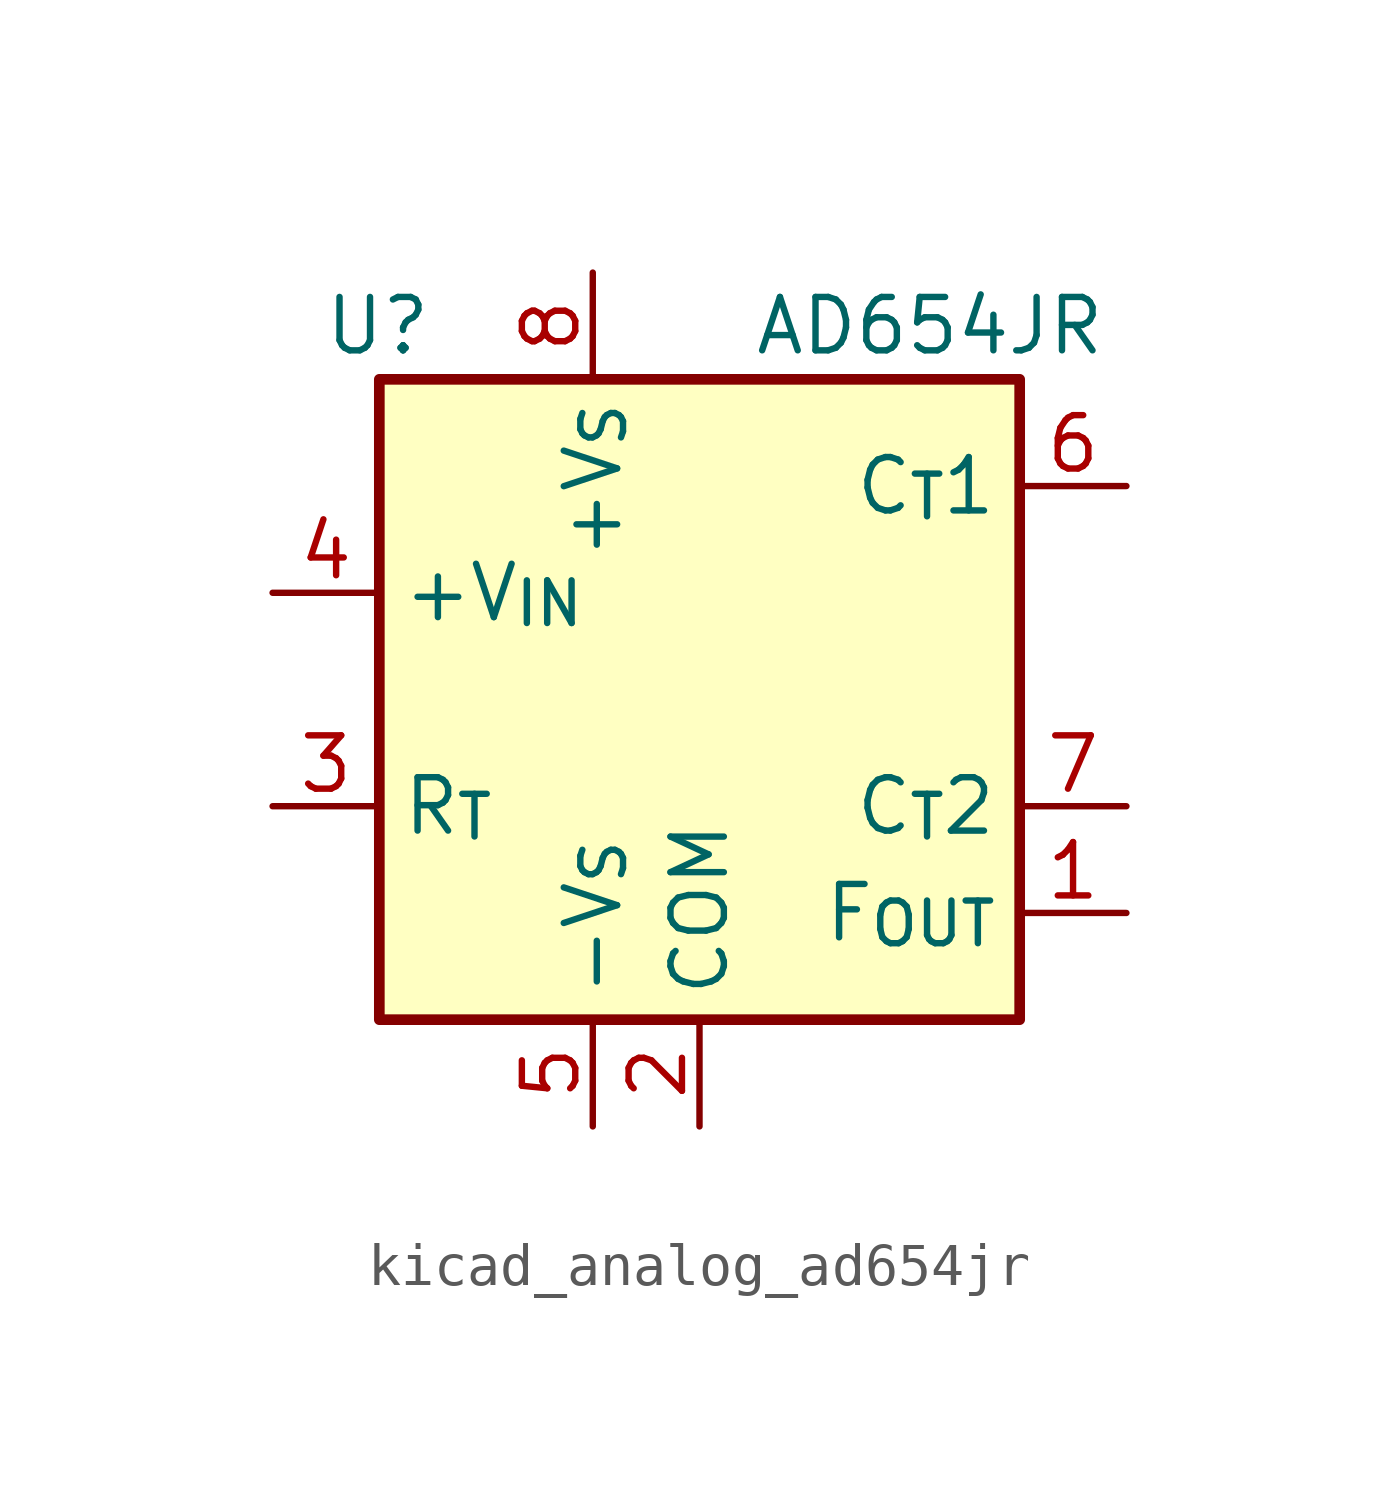
<source format=kicad_sym>
(kicad_symbol_lib
  (version 20220914)
  (generator kicad_symbol_editor)
  (symbol "kicad_analog_ad654jr"
    (property "Reference" "U"
      (at -6.35 8.89 0)
      (effects (font (size 1.27 1.27)) (justify right)))
    (property "Value" "AD654JR"
      (at 1.27 8.89 0)
      (effects (font (size 1.27 1.27)) (justify left)))
    (symbol "kicad_analog_ad654jr_0_1"
      (rectangle (start -7.62 7.62) (end 7.62 -7.62) (stroke (width 0.254) (type default)) (fill (type background))))
    (symbol "kicad_analog_ad654jr_1_1"
      (pin open_collector line (at 10.16 -5.08 180) (length 2.54) (name "F_{OUT}" (effects (font (size 1.27 1.27)))) (number "1" (effects (font (size 1.27 1.27)))))
      (pin power_in line (at 0 -10.16 90) (length 2.54) (name "COM" (effects (font (size 1.27 1.27)))) (number "2" (effects (font (size 1.27 1.27)))))
      (pin input line (at -10.16 -2.54 0) (length 2.54) (name "R_{T}" (effects (font (size 1.27 1.27)))) (number "3" (effects (font (size 1.27 1.27)))))
      (pin input line (at -10.16 2.54 0) (length 2.54) (name "+V_{IN}" (effects (font (size 1.27 1.27)))) (number "4" (effects (font (size 1.27 1.27)))))
      (pin power_in line (at -2.54 -10.16 90) (length 2.54) (name "-V_{S}" (effects (font (size 1.27 1.27)))) (number "5" (effects (font (size 1.27 1.27)))))
      (pin passive line (at 10.16 5.08 180) (length 2.54) (name "C_{T}1" (effects (font (size 1.27 1.27)))) (number "6" (effects (font (size 1.27 1.27)))))
      (pin passive line (at 10.16 -2.54 180) (length 2.54) (name "C_{T}2" (effects (font (size 1.27 1.27)))) (number "7" (effects (font (size 1.27 1.27)))))
      (pin power_in line (at -2.54 10.16 270) (length 2.54) (name "+V_{S}" (effects (font (size 1.27 1.27)))) (number "8" (effects (font (size 1.27 1.27))))))))
</source>
